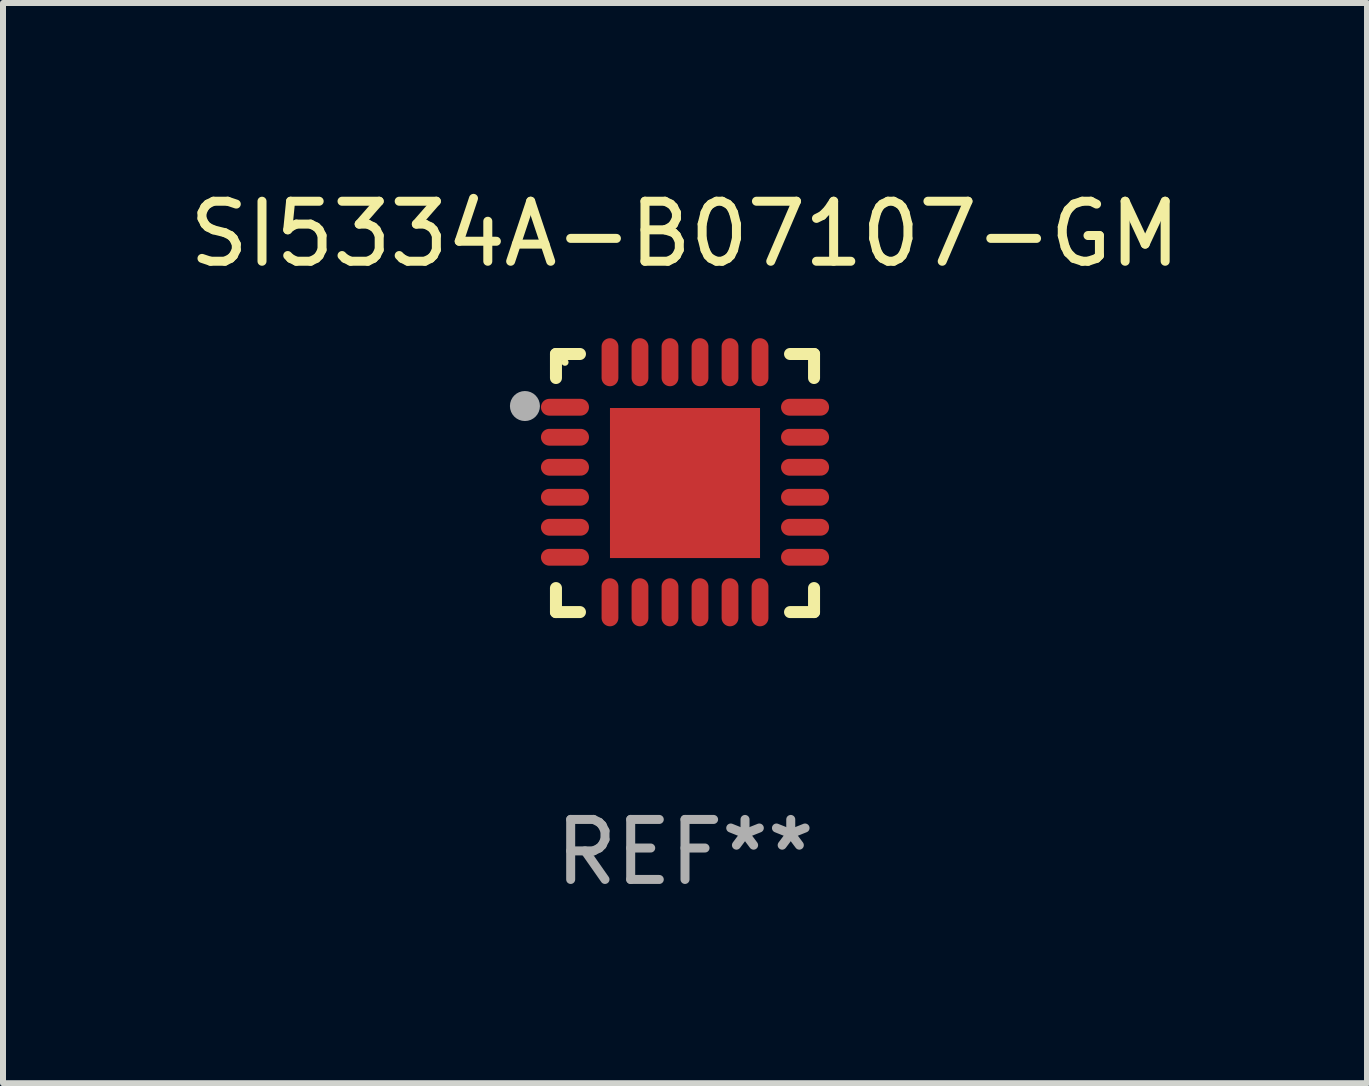
<source format=kicad_pcb>
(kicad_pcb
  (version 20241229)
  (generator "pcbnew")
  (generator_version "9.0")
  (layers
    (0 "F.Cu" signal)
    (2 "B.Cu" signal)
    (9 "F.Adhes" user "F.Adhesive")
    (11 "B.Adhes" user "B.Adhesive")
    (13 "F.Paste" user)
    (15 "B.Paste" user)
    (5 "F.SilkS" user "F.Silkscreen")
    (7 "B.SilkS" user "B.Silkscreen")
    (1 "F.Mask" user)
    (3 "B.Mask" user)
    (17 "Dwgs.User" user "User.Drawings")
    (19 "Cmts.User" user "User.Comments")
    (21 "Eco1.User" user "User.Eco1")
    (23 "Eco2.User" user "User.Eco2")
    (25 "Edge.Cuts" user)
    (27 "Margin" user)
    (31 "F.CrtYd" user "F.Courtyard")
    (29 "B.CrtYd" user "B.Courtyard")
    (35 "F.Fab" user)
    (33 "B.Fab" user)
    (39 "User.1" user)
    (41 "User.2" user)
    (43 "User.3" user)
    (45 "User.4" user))
  (footprint "SI5334A-B07107-GM"
    (layer "F.Cu")
    (at 8.363 4.998)
    (property "Reference" "SI5334A-B07107-GM" (at 0 -4.15 0) (layer "F.SilkS") (effects (font (size 1 1) (thickness 0.15))))
    (attr through_hole)
    (fp_line (start -2.15 -2.15) (end -1.75 -2.15) (stroke (width 0.2) (type solid)) (layer "F.SilkS"))
    (fp_line (start -2.15 -1.75) (end -2.15 -2.15) (stroke (width 0.2) (type solid)) (layer "F.SilkS"))
    (fp_line (start -2.15 2.15) (end -2.15 1.75) (stroke (width 0.2) (type solid)) (layer "F.SilkS"))
    (fp_line (start -1.75 2.15) (end -2.15 2.15) (stroke (width 0.2) (type solid)) (layer "F.SilkS"))
    (fp_line (start 1.75 -2.15) (end 2.15 -2.15) (stroke (width 0.2) (type solid)) (layer "F.SilkS"))
    (fp_line (start 1.75 2.15) (end 2.15 2.15) (stroke (width 0.2) (type solid)) (layer "F.SilkS"))
    (fp_line (start 2.15 -2.15) (end 2.15 -1.75) (stroke (width 0.2) (type solid)) (layer "F.SilkS"))
    (fp_line (start 2.15 2.15) (end 2.15 1.75) (stroke (width 0.2) (type solid)) (layer "F.SilkS"))
    (fp_circle (center -2 -2.013) (end -1.97 -2.013) (stroke (width 0.06) (type solid)) (fill no) (layer "F.SilkS"))
    (fp_circle (center -2.667 -1.283) (end -2.542 -1.283) (stroke (width 0.25) (type solid)) (fill no) (layer "F.Fab"))
    (fp_text user "REF**" (at 0 6.15 0) (layer "F.Fab") (effects (font (size 1 1) (thickness 0.15))))
    (pad "1" smd oval (at -2 -1.263) (size 0.8 0.28) (layers "F.Cu" "F.Mask" "F.Paste"))
    (pad "2" smd oval (at -2 -0.763) (size 0.8 0.28) (layers "F.Cu" "F.Mask" "F.Paste"))
    (pad "3" smd oval (at -2 -0.263) (size 0.8 0.28) (layers "F.Cu" "F.Mask" "F.Paste"))
    (pad "4" smd oval (at -2 0.237) (size 0.8 0.28) (layers "F.Cu" "F.Mask" "F.Paste"))
    (pad "5" smd oval (at -2 0.737) (size 0.8 0.28) (layers "F.Cu" "F.Mask" "F.Paste"))
    (pad "6" smd oval (at -2 1.237) (size 0.8 0.28) (layers "F.Cu" "F.Mask" "F.Paste"))
    (pad "7" smd oval (at -1.25 1.987) (size 0.28 0.8) (layers "F.Cu" "F.Mask" "F.Paste"))
    (pad "8" smd oval (at -0.75 1.987) (size 0.28 0.8) (layers "F.Cu" "F.Mask" "F.Paste"))
    (pad "9" smd oval (at -0.25 1.987) (size 0.28 0.8) (layers "F.Cu" "F.Mask" "F.Paste"))
    (pad "10" smd oval (at 0.25 1.987) (size 0.28 0.8) (layers "F.Cu" "F.Mask" "F.Paste"))
    (pad "11" smd oval (at 0.75 1.987) (size 0.28 0.8) (layers "F.Cu" "F.Mask" "F.Paste"))
    (pad "12" smd oval (at 1.25 1.987) (size 0.28 0.8) (layers "F.Cu" "F.Mask" "F.Paste"))
    (pad "13" smd oval (at 2 1.237) (size 0.8 0.28) (layers "F.Cu" "F.Mask" "F.Paste"))
    (pad "14" smd oval (at 2 0.737) (size 0.8 0.28) (layers "F.Cu" "F.Mask" "F.Paste"))
    (pad "15" smd oval (at 2 0.237) (size 0.8 0.28) (layers "F.Cu" "F.Mask" "F.Paste"))
    (pad "16" smd oval (at 2 -0.263) (size 0.8 0.28) (layers "F.Cu" "F.Mask" "F.Paste"))
    (pad "17" smd oval (at 2 -0.763) (size 0.8 0.28) (layers "F.Cu" "F.Mask" "F.Paste"))
    (pad "18" smd oval (at 2 -1.263) (size 0.8 0.28) (layers "F.Cu" "F.Mask" "F.Paste"))
    (pad "19" smd oval (at 1.25 -2.013) (size 0.28 0.8) (layers "F.Cu" "F.Mask" "F.Paste"))
    (pad "20" smd oval (at 0.75 -2.013) (size 0.28 0.8) (layers "F.Cu" "F.Mask" "F.Paste"))
    (pad "21" smd oval (at 0.25 -2.013) (size 0.28 0.8) (layers "F.Cu" "F.Mask" "F.Paste"))
    (pad "22" smd oval (at -0.25 -2.013) (size 0.28 0.8) (layers "F.Cu" "F.Mask" "F.Paste"))
    (pad "23" smd oval (at -0.75 -2.013) (size 0.28 0.8) (layers "F.Cu" "F.Mask" "F.Paste"))
    (pad "24" smd oval (at -1.25 -2.013) (size 0.28 0.8) (layers "F.Cu" "F.Mask" "F.Paste"))
    (pad "25" smd rect (at -0.000127 -0.00014) (size 2.5 2.5) (layers "F.Cu" "F.Mask" "F.Paste")))
  (gr_rect
    (start -3 -3)
    (end 19.726 14.997)
    (stroke (width 0.1) (type default))
    (fill no)
    (layer "Edge.Cuts")))
</source>
